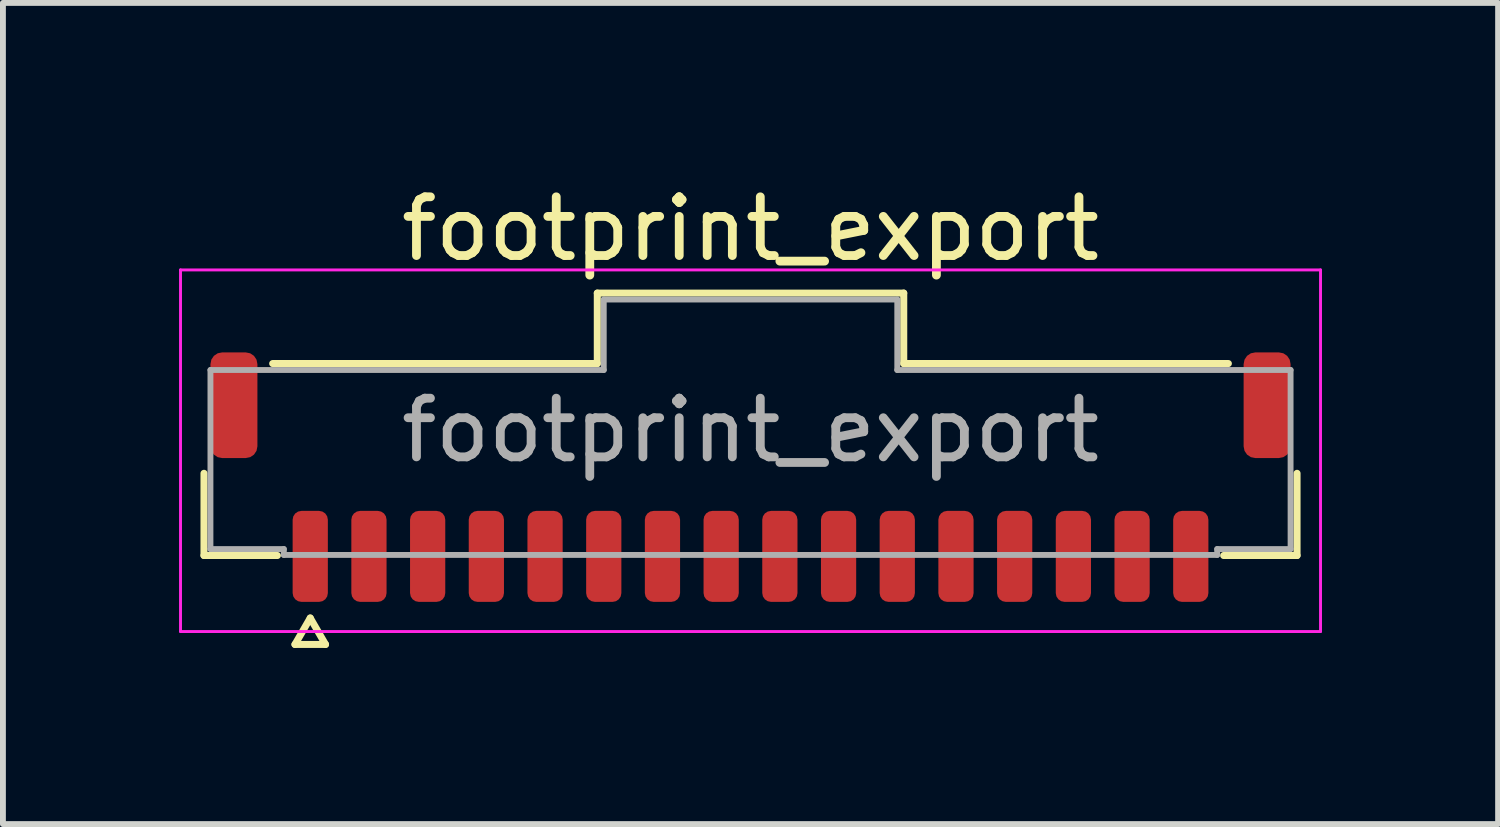
<source format=kicad_pcb>
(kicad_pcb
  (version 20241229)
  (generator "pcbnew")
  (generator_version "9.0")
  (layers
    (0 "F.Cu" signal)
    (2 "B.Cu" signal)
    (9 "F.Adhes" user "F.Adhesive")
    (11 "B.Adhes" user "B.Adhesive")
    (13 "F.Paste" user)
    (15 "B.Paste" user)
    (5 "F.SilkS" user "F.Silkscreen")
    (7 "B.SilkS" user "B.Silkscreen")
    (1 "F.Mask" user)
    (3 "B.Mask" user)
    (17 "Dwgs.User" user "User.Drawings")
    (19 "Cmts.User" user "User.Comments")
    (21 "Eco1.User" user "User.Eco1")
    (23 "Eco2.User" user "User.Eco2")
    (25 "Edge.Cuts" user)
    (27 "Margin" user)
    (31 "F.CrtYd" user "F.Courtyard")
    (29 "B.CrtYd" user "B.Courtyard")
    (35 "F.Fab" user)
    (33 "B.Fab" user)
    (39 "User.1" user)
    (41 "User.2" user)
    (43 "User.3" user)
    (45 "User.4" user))
  (footprint "footprint_export"
    (layer "F.Cu")
    (at 9.735 4.278)
    (property "Reference" "footprint_export" (at 0 -3.43 0) (layer "F.SilkS") (effects (font (size 1 1) (thickness 0.15))))
    (attr smd)
    (fp_line (start -9.31 2.135) (end -9.31 0.735) (stroke (width 0.12) (type solid)) (layer "F.SilkS"))
    (fp_line (start -8.14 -1.135) (end -2.61 -1.135) (stroke (width 0.12) (type solid)) (layer "F.SilkS"))
    (fp_line (start -8.06 2.135) (end -9.31 2.135) (stroke (width 0.12) (type solid)) (layer "F.SilkS"))
    (fp_line (start -7.76 3.65) (end -7.5 3.2) (stroke (width 0.12) (type solid)) (layer "F.SilkS"))
    (fp_line (start -7.5 3.2) (end -7.24 3.65) (stroke (width 0.12) (type solid)) (layer "F.SilkS"))
    (fp_line (start -7.24 3.65) (end -7.76 3.65) (stroke (width 0.12) (type solid)) (layer "F.SilkS"))
    (fp_line (start -2.61 -2.335) (end 2.61 -2.335) (stroke (width 0.12) (type solid)) (layer "F.SilkS"))
    (fp_line (start -2.61 -1.135) (end -2.61 -2.335) (stroke (width 0.12) (type solid)) (layer "F.SilkS"))
    (fp_line (start 2.61 -2.335) (end 2.61 -1.135) (stroke (width 0.12) (type solid)) (layer "F.SilkS"))
    (fp_line (start 2.61 -1.135) (end 8.14 -1.135) (stroke (width 0.12) (type solid)) (layer "F.SilkS"))
    (fp_line (start 9.31 0.735) (end 9.31 2.135) (stroke (width 0.12) (type solid)) (layer "F.SilkS"))
    (fp_line (start 9.31 2.135) (end 8.06 2.135) (stroke (width 0.12) (type solid)) (layer "F.SilkS"))
    (fp_line (start -9.71 -2.73) (end -9.71 3.43) (stroke (width 0.05) (type solid)) (layer "F.CrtYd"))
    (fp_line (start -9.71 3.43) (end 9.71 3.43) (stroke (width 0.05) (type solid)) (layer "F.CrtYd"))
    (fp_line (start 9.71 -2.73) (end -9.71 -2.73) (stroke (width 0.05) (type solid)) (layer "F.CrtYd"))
    (fp_line (start 9.71 3.43) (end 9.71 -2.73) (stroke (width 0.05) (type solid)) (layer "F.CrtYd"))
    (fp_line (start -9.2 -1.025) (end -2.5 -1.025) (stroke (width 0.1) (type solid)) (layer "F.Fab"))
    (fp_line (start -9.2 2.025) (end -9.2 -1.025) (stroke (width 0.1) (type solid)) (layer "F.Fab"))
    (fp_line (start -7.95 2.025) (end -9.2 2.025) (stroke (width 0.1) (type solid)) (layer "F.Fab"))
    (fp_line (start -7.95 2.125) (end -7.95 2.025) (stroke (width 0.1) (type solid)) (layer "F.Fab"))
    (fp_line (start -2.5 -2.225) (end 2.5 -2.225) (stroke (width 0.1) (type solid)) (layer "F.Fab"))
    (fp_line (start -2.5 -1.025) (end -2.5 -2.225) (stroke (width 0.1) (type solid)) (layer "F.Fab"))
    (fp_line (start 2.5 -2.225) (end 2.5 -1.025) (stroke (width 0.1) (type solid)) (layer "F.Fab"))
    (fp_line (start 2.5 -1.025) (end 9.2 -1.025) (stroke (width 0.1) (type solid)) (layer "F.Fab"))
    (fp_line (start 7.95 2.025) (end 7.95 2.125) (stroke (width 0.1) (type solid)) (layer "F.Fab"))
    (fp_line (start 7.95 2.125) (end -7.95 2.125) (stroke (width 0.1) (type solid)) (layer "F.Fab"))
    (fp_line (start 9.2 -1.025) (end 9.2 2.025) (stroke (width 0.1) (type solid)) (layer "F.Fab"))
    (fp_line (start 9.2 2.025) (end 7.95 2.025) (stroke (width 0.1) (type solid)) (layer "F.Fab"))
    (fp_text user "${REFERENCE}" (at 0 0 0) (layer "F.Fab") (effects (font (size 1 1) (thickness 0.15))))
    (pad "1" smd roundrect (at -7.5 2.15) (size 0.6 1.55) (layers "F.Cu" "F.Mask" "F.Paste") (roundrect_rratio 0.25))
    (pad "2" smd roundrect (at -6.5 2.15) (size 0.6 1.55) (layers "F.Cu" "F.Mask" "F.Paste") (roundrect_rratio 0.25))
    (pad "3" smd roundrect (at -5.5 2.15) (size 0.6 1.55) (layers "F.Cu" "F.Mask" "F.Paste") (roundrect_rratio 0.25))
    (pad "4" smd roundrect (at -4.5 2.15) (size 0.6 1.55) (layers "F.Cu" "F.Mask" "F.Paste") (roundrect_rratio 0.25))
    (pad "5" smd roundrect (at -3.5 2.15) (size 0.6 1.55) (layers "F.Cu" "F.Mask" "F.Paste") (roundrect_rratio 0.25))
    (pad "6" smd roundrect (at -2.5 2.15) (size 0.6 1.55) (layers "F.Cu" "F.Mask" "F.Paste") (roundrect_rratio 0.25))
    (pad "7" smd roundrect (at -1.5 2.15) (size 0.6 1.55) (layers "F.Cu" "F.Mask" "F.Paste") (roundrect_rratio 0.25))
    (pad "8" smd roundrect (at -0.5 2.15) (size 0.6 1.55) (layers "F.Cu" "F.Mask" "F.Paste") (roundrect_rratio 0.25))
    (pad "9" smd roundrect (at 0.5 2.15) (size 0.6 1.55) (layers "F.Cu" "F.Mask" "F.Paste") (roundrect_rratio 0.25))
    (pad "10" smd roundrect (at 1.5 2.15) (size 0.6 1.55) (layers "F.Cu" "F.Mask" "F.Paste") (roundrect_rratio 0.25))
    (pad "11" smd roundrect (at 2.5 2.15) (size 0.6 1.55) (layers "F.Cu" "F.Mask" "F.Paste") (roundrect_rratio 0.25))
    (pad "12" smd roundrect (at 3.5 2.15) (size 0.6 1.55) (layers "F.Cu" "F.Mask" "F.Paste") (roundrect_rratio 0.25))
    (pad "13" smd roundrect (at 4.5 2.15) (size 0.6 1.55) (layers "F.Cu" "F.Mask" "F.Paste") (roundrect_rratio 0.25))
    (pad "14" smd roundrect (at 5.5 2.15) (size 0.6 1.55) (layers "F.Cu" "F.Mask" "F.Paste") (roundrect_rratio 0.25))
    (pad "15" smd roundrect (at 6.5 2.15) (size 0.6 1.55) (layers "F.Cu" "F.Mask" "F.Paste") (roundrect_rratio 0.25))
    (pad "16" smd roundrect (at 7.5 2.15) (size 0.6 1.55) (layers "F.Cu" "F.Mask" "F.Paste") (roundrect_rratio 0.25))
    (pad "MP" smd roundrect (at -8.8 -0.425) (size 0.8 1.8) (layers "F.Cu" "F.Mask" "F.Paste") (roundrect_rratio 0.25))
    (pad "MP" smd roundrect (at 8.8 -0.425) (size 0.8 1.8) (layers "F.Cu" "F.Mask" "F.Paste") (roundrect_rratio 0.25)))
  (gr_rect
    (start -3 -3)
    (end 22.47 10.988)
    (stroke (width 0.1) (type default))
    (fill no)
    (layer "Edge.Cuts")))
</source>
